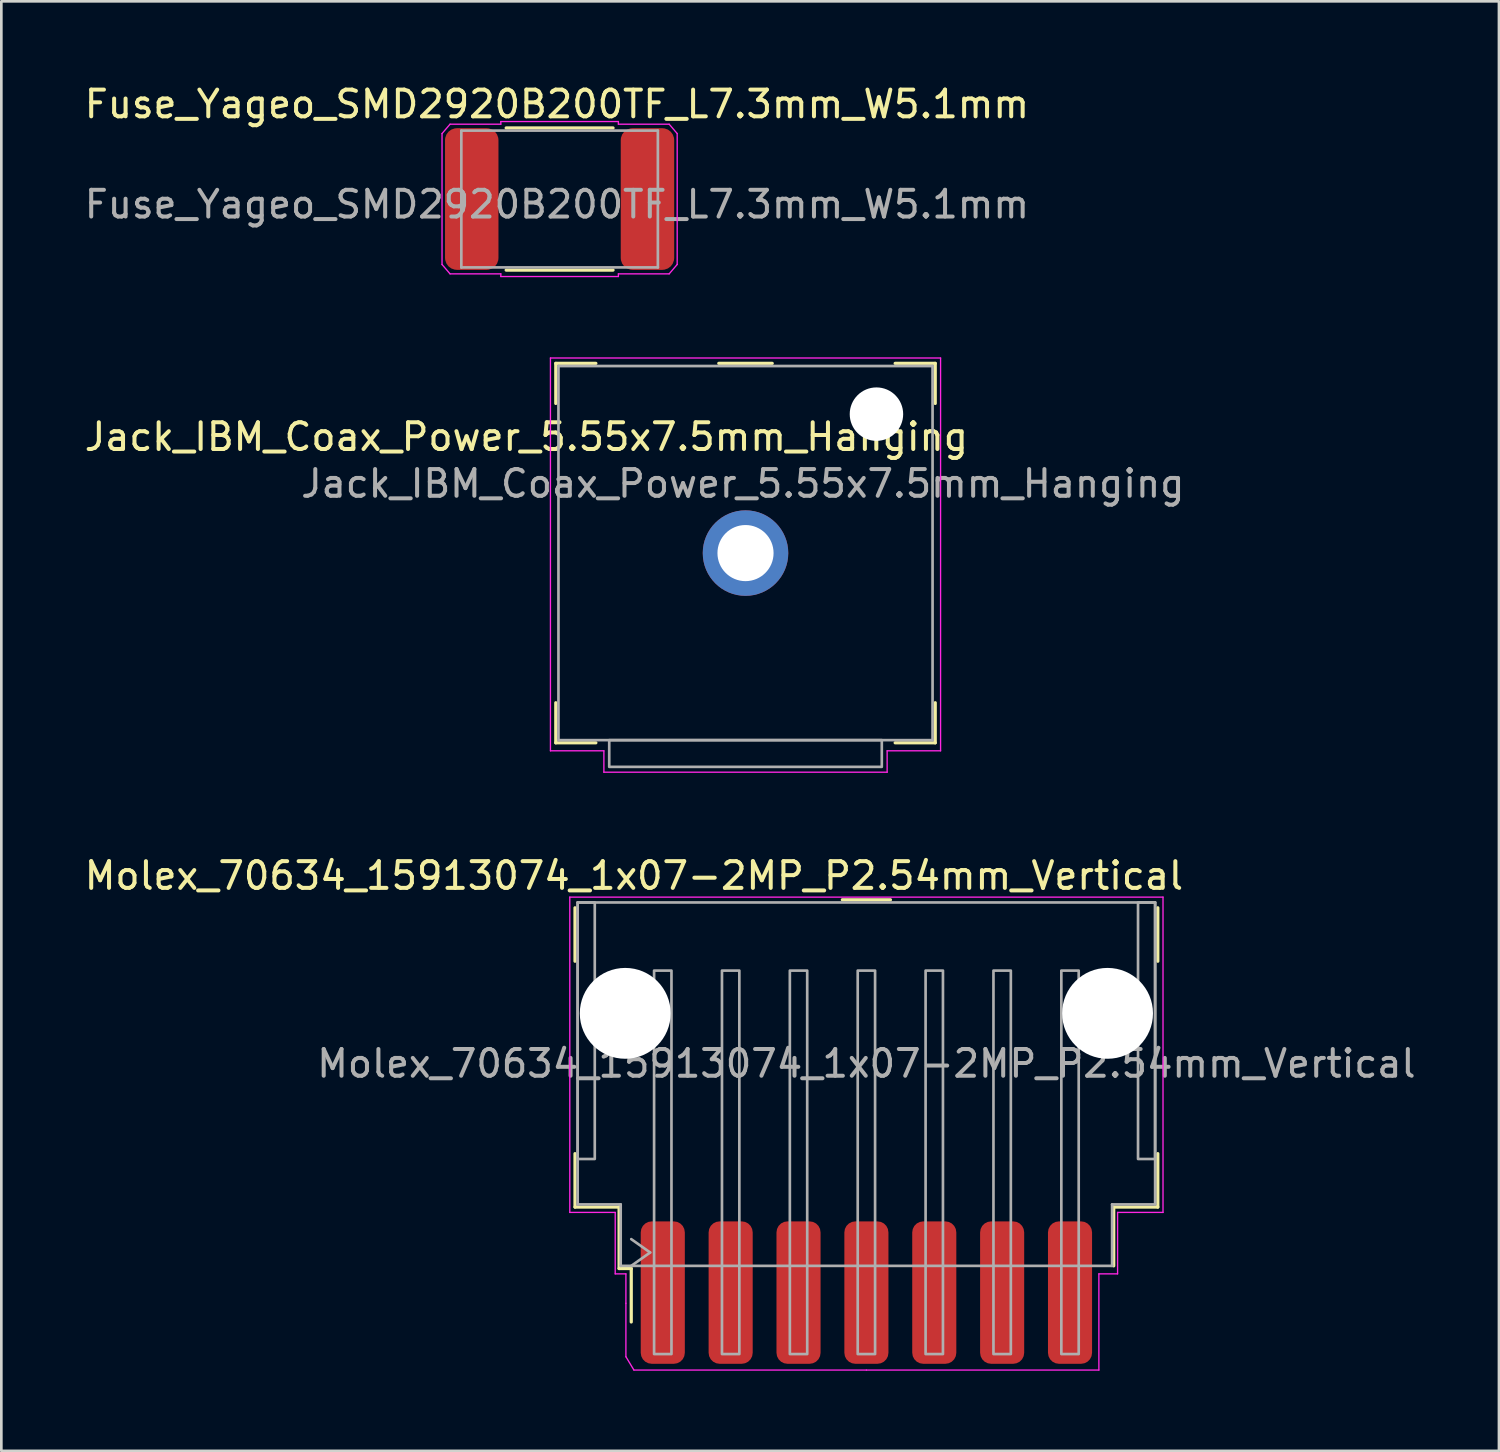
<source format=kicad_pcb>
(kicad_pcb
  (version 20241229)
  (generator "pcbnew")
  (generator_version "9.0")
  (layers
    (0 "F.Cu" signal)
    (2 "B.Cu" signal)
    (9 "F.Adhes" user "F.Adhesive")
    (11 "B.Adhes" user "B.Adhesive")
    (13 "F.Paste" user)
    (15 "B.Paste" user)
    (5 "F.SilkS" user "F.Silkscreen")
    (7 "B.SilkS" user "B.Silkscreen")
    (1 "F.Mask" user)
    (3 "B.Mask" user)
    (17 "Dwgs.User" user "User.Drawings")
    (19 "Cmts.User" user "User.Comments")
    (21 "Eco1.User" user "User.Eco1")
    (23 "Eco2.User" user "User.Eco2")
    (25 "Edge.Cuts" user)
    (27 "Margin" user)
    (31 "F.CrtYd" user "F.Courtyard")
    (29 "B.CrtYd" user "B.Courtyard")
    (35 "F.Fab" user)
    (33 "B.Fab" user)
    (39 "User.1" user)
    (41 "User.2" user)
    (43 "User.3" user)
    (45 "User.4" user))
  (footprint "Molex_70634_15913074_1x07-2MP_P2.54mm_Vertical"
    (layer "F.Cu")
    (at 29.373 37.522)
    (property "Reference" "Molex_70634_15913074_1x07-2MP_P2.54mm_Vertical" (at -8.7 -7.8 0) (layer "F.SilkS") (effects (font (size 1 1) (thickness 0.15))))
    (attr smd)
    (fp_line (start -10.905 -4.6) (end -10.905 -6.6) (stroke (width 0.12) (type solid)) (layer "F.SilkS"))
    (fp_line (start -10.905 2.6) (end -10.905 4.6) (stroke (width 0.12) (type solid)) (layer "F.SilkS"))
    (fp_line (start -10.905 4.6) (end -9.255 4.6) (stroke (width 0.12) (type solid)) (layer "F.SilkS"))
    (fp_line (start -9.255 4.6) (end -9.255 6.9) (stroke (width 0.12) (type solid)) (layer "F.SilkS"))
    (fp_line (start -8.8 6.9) (end -9.255 6.9) (stroke (width 0.12) (type solid)) (layer "F.SilkS"))
    (fp_line (start -8.8 6.9) (end -8.8 8.9) (stroke (width 0.12) (type solid)) (layer "F.SilkS"))
    (fp_line (start -0.9 -6.9) (end 0.9 -6.9) (stroke (width 0.12) (type solid)) (layer "F.SilkS"))
    (fp_line (start 9.255 4.6) (end 9.255 6.8) (stroke (width 0.12) (type solid)) (layer "F.SilkS"))
    (fp_line (start 10.905 -4.6) (end 10.905 -6.6) (stroke (width 0.12) (type solid)) (layer "F.SilkS"))
    (fp_line (start 10.905 2.6) (end 10.905 4.6) (stroke (width 0.12) (type solid)) (layer "F.SilkS"))
    (fp_line (start 10.905 4.6) (end 9.255 4.6) (stroke (width 0.12) (type solid)) (layer "F.SilkS"))
    (fp_line (start -11.1 -7) (end -11.1 4.8) (stroke (width 0.05) (type solid)) (layer "F.CrtYd"))
    (fp_line (start -11.1 4.8) (end -9.4 4.8) (stroke (width 0.05) (type solid)) (layer "F.CrtYd"))
    (fp_line (start -9.4 7.1) (end -9.4 4.8) (stroke (width 0.05) (type solid)) (layer "F.CrtYd"))
    (fp_line (start -9.4 7.1) (end -9 7.1) (stroke (width 0.05) (type solid)) (layer "F.CrtYd"))
    (fp_line (start -9 8.2) (end -9 7.1) (stroke (width 0.05) (type solid)) (layer "F.CrtYd"))
    (fp_line (start -9 10.2) (end -9 8.2) (stroke (width 0.05) (type solid)) (layer "F.CrtYd"))
    (fp_line (start -8.7 10.7) (end -9 10.2) (stroke (width 0.05) (type solid)) (layer "F.CrtYd"))
    (fp_line (start -8.7 10.7) (end 0 10.7) (stroke (width 0.05) (type solid)) (layer "F.CrtYd"))
    (fp_line (start 8.7 10.7) (end 0 10.7) (stroke (width 0.05) (type solid)) (layer "F.CrtYd"))
    (fp_line (start 8.7 10.7) (end 8.7 7.1) (stroke (width 0.05) (type solid)) (layer "F.CrtYd"))
    (fp_line (start 9.4 4.8) (end 9.4 7.1) (stroke (width 0.05) (type solid)) (layer "F.CrtYd"))
    (fp_line (start 9.4 7.1) (end 8.7 7.1) (stroke (width 0.05) (type solid)) (layer "F.CrtYd"))
    (fp_line (start 11.1 -7) (end -11.1 -7) (stroke (width 0.05) (type solid)) (layer "F.CrtYd"))
    (fp_line (start 11.1 -7) (end 11.1 4.8) (stroke (width 0.05) (type solid)) (layer "F.CrtYd"))
    (fp_line (start 11.1 4.8) (end 9.4 4.8) (stroke (width 0.05) (type solid)) (layer "F.CrtYd"))
    (fp_line (start -10.805 -6.8) (end 10.805 -6.8) (stroke (width 0.1) (type solid)) (layer "F.Fab"))
    (fp_line (start -10.805 4.5) (end -10.805 -6.8) (stroke (width 0.1) (type solid)) (layer "F.Fab"))
    (fp_line (start -9.195 4.5) (end -10.8 4.5) (stroke (width 0.1) (type solid)) (layer "F.Fab"))
    (fp_line (start -9.195 6.8) (end -9.195 4.5) (stroke (width 0.1) (type solid)) (layer "F.Fab"))
    (fp_line (start -9.195 6.8) (end 9.195 6.8) (stroke (width 0.1) (type solid)) (layer "F.Fab"))
    (fp_line (start -8.8 5.8) (end -8.093 6.3) (stroke (width 0.1) (type solid)) (layer "F.Fab"))
    (fp_line (start -8.093 6.3) (end -8.8 6.8) (stroke (width 0.1) (type solid)) (layer "F.Fab"))
    (fp_line (start 9.195 4.5) (end 10.8 4.5) (stroke (width 0.1) (type solid)) (layer "F.Fab"))
    (fp_line (start 9.195 6.8) (end 9.195 4.5) (stroke (width 0.1) (type solid)) (layer "F.Fab"))
    (fp_line (start 10.805 4.5) (end 10.805 -6.8) (stroke (width 0.1) (type solid)) (layer "F.Fab"))
    (fp_rect (start -10.805 -6.8) (end -10.165 2.8) (stroke (width 0.1) (type solid)) (fill no) (layer "F.Fab"))
    (fp_rect (start -7.945 -4.25) (end -7.295 10.1) (stroke (width 0.1) (type default)) (fill no) (layer "F.Fab"))
    (fp_rect (start -5.405 -4.25) (end -4.755 10.1) (stroke (width 0.1) (type default)) (fill no) (layer "F.Fab"))
    (fp_rect (start -2.865 -4.25) (end -2.215 10.1) (stroke (width 0.1) (type default)) (fill no) (layer "F.Fab"))
    (fp_rect (start -0.325 -4.25) (end 0.325 10.1) (stroke (width 0.1) (type default)) (fill no) (layer "F.Fab"))
    (fp_rect (start 2.215 -4.25) (end 2.865 10.1) (stroke (width 0.1) (type default)) (fill no) (layer "F.Fab"))
    (fp_rect (start 4.755 -4.25) (end 5.405 10.1) (stroke (width 0.1) (type default)) (fill no) (layer "F.Fab"))
    (fp_rect (start 7.295 -4.25) (end 7.945 10.1) (stroke (width 0.1) (type default)) (fill no) (layer "F.Fab"))
    (fp_rect (start 10.805 -6.8) (end 10.165 2.8) (stroke (width 0.1) (type solid)) (fill no) (layer "F.Fab"))
    (fp_text user "${REFERENCE}" (at 0 -0.77 0) (layer "F.Fab") (effects (font (size 1 1) (thickness 0.15))))
    (pad "" np_thru_hole circle (at -9.025 -2.65 180) (size 3.4 3.4) (drill 3.4) (layers "*.Cu" "*.Mask"))
    (pad "" np_thru_hole circle (at 9.025 -2.65 180) (size 3.4 3.4) (drill 3.4) (layers "*.Cu" "*.Mask"))
    (pad "1" smd roundrect (at -7.62 7.8 180) (size 1.65 5.33) (layers "F.Cu" "F.Mask" "F.Paste") (roundrect_rratio 0.25))
    (pad "2" smd roundrect (at -5.08 7.8 180) (size 1.65 5.33) (layers "F.Cu" "F.Mask" "F.Paste") (roundrect_rratio 0.25))
    (pad "3" smd roundrect (at -2.54 7.8 180) (size 1.65 5.33) (layers "F.Cu" "F.Mask" "F.Paste") (roundrect_rratio 0.25))
    (pad "4" smd roundrect (at 0 7.8 180) (size 1.65 5.33) (layers "F.Cu" "F.Mask" "F.Paste") (roundrect_rratio 0.25))
    (pad "5" smd roundrect (at 2.54 7.8 180) (size 1.65 5.33) (layers "F.Cu" "F.Mask" "F.Paste") (roundrect_rratio 0.25))
    (pad "6" smd roundrect (at 5.08 7.8 180) (size 1.65 5.33) (layers "F.Cu" "F.Mask" "F.Paste") (roundrect_rratio 0.25))
    (pad "7" smd roundrect (at 7.62 7.8 180) (size 1.65 5.33) (layers "F.Cu" "F.Mask" "F.Paste") (roundrect_rratio 0.25)))
  (footprint "Fuse_Yageo_SMD2920B200TF_L7.3mm_W5.1mm"
    (layer "F.Cu")
    (at 17.792 4.398)
    (property "Reference" "Fuse_Yageo_SMD2920B200TF_L7.3mm_W5.1mm" (at 0 -3.55 0) (layer "F.SilkS") (effects (font (size 1 1) (thickness 0.15))))
    (attr smd)
    (fp_line (start -1.9 -2.66) (end 2.1 -2.66) (stroke (width 0.12) (type solid)) (layer "F.SilkS"))
    (fp_line (start -1.9 2.66) (end 2.1 2.66) (stroke (width 0.12) (type solid)) (layer "F.SilkS"))
    (fp_line (start -1.8 -1.7) (end -1.8 -1.1) (stroke (width 0.1) (type solid)) (layer "Eco1.User"))
    (fp_line (start -1.8 -1.1) (end -1.55 -1.1) (stroke (width 0.1) (type solid)) (layer "Eco1.User"))
    (fp_line (start -1.6 -1.1) (end -1.6 -1.7) (stroke (width 0.1) (type solid)) (layer "Eco1.User"))
    (fp_line (start -1.573 -1.4) (end -1.458 -1.4) (stroke (width 0.15) (type solid)) (layer "Eco1.User"))
    (fp_line (start -1.55 -1.7) (end -1.8 -1.7) (stroke (width 0.1) (type solid)) (layer "Eco1.User"))
    (fp_line (start -1.5 -1.7) (end -1.55 -1.7) (stroke (width 0.1) (type solid)) (layer "Eco1.User"))
    (fp_line (start -1.5 -1.1) (end -1.55 -1.1) (stroke (width 0.1) (type solid)) (layer "Eco1.User"))
    (fp_line (start 1.65 1.157) (end 1.7 1.157) (stroke (width 0.1) (type solid)) (layer "Eco1.User"))
    (fp_line (start 1.65 1.758) (end 1.7 1.758) (stroke (width 0.1) (type solid)) (layer "Eco1.User"))
    (fp_line (start 1.7 1.758) (end 1.95 1.758) (stroke (width 0.1) (type solid)) (layer "Eco1.User"))
    (fp_line (start 1.722 1.458) (end 1.608 1.458) (stroke (width 0.15) (type solid)) (layer "Eco1.User"))
    (fp_line (start 1.75 1.157) (end 1.75 1.758) (stroke (width 0.1) (type solid)) (layer "Eco1.User"))
    (fp_line (start 1.95 1.157) (end 1.7 1.157) (stroke (width 0.1) (type solid)) (layer "Eco1.User"))
    (fp_line (start 1.95 1.758) (end 1.95 1.157) (stroke (width 0.1) (type solid)) (layer "Eco1.User"))
    (fp_arc (start -1.575 -1.575) (mid -1.545711 -1.645711) (end -1.475 -1.675) (stroke (width 0.05) (type solid)) (layer "Eco1.User"))
    (fp_arc (start -1.491421 -1.7) (mid -1.35 -1.558579) (end -1.491421 -1.417158) (stroke (width 0.1) (type solid)) (layer "Eco1.User"))
    (fp_arc (start -1.491421 -1.383921) (mid -1.35 -1.2425) (end -1.491421 -1.101079) (stroke (width 0.1) (type solid)) (layer "Eco1.User"))
    (fp_arc (start -1.475 -1.13) (mid -1.545711 -1.159289) (end -1.575 -1.23) (stroke (width 0.05) (type solid)) (layer "Eco1.User"))
    (fp_arc (start 1.625 1.1875) (mid 1.695711 1.216789) (end 1.725 1.2875) (stroke (width 0.05) (type solid)) (layer "Eco1.User"))
    (fp_arc (start 1.641421 1.441421) (mid 1.499999 1.3) (end 1.641421 1.158579) (stroke (width 0.1) (type solid)) (layer "Eco1.User"))
    (fp_arc (start 1.641421 1.7575) (mid 1.5 1.61608) (end 1.641421 1.474658) (stroke (width 0.1) (type solid)) (layer "Eco1.User"))
    (fp_arc (start 1.725 1.6325) (mid 1.695711 1.703211) (end 1.625 1.7325) (stroke (width 0.05) (type solid)) (layer "Eco1.User"))
    (fp_line (start -4.3 -2.45) (end -4 -2.8) (stroke (width 0.05) (type solid)) (layer "F.CrtYd"))
    (fp_line (start -4.3 2.45) (end -4.3 -2.45) (stroke (width 0.05) (type solid)) (layer "F.CrtYd"))
    (fp_line (start -4.3 2.45) (end -4 2.8) (stroke (width 0.05) (type solid)) (layer "F.CrtYd"))
    (fp_line (start -4 -2.8) (end -2.1 -2.8) (stroke (width 0.05) (type solid)) (layer "F.CrtYd"))
    (fp_line (start -2.1 -2.9) (end -2.1 -2.8) (stroke (width 0.05) (type solid)) (layer "F.CrtYd"))
    (fp_line (start -2.1 -2.9) (end 2.3 -2.9) (stroke (width 0.05) (type solid)) (layer "F.CrtYd"))
    (fp_line (start -2.1 2.8) (end -4 2.8) (stroke (width 0.05) (type solid)) (layer "F.CrtYd"))
    (fp_line (start -2.1 2.9) (end -2.1 2.8) (stroke (width 0.05) (type solid)) (layer "F.CrtYd"))
    (fp_line (start 2.3 -2.9) (end 2.3 -2.8) (stroke (width 0.05) (type solid)) (layer "F.CrtYd"))
    (fp_line (start 2.3 -2.8) (end 4.2 -2.8) (stroke (width 0.05) (type solid)) (layer "F.CrtYd"))
    (fp_line (start 2.3 2.9) (end -2.1 2.9) (stroke (width 0.05) (type solid)) (layer "F.CrtYd"))
    (fp_line (start 2.3 2.9) (end 2.3 2.8) (stroke (width 0.05) (type solid)) (layer "F.CrtYd"))
    (fp_line (start 4.2 2.8) (end 2.3 2.8) (stroke (width 0.05) (type solid)) (layer "F.CrtYd"))
    (fp_line (start 4.5 -2.45) (end 4.2 -2.8) (stroke (width 0.05) (type solid)) (layer "F.CrtYd"))
    (fp_line (start 4.5 -2.45) (end 4.5 2.45) (stroke (width 0.05) (type solid)) (layer "F.CrtYd"))
    (fp_line (start 4.5 2.45) (end 4.2 2.8) (stroke (width 0.05) (type solid)) (layer "F.CrtYd"))
    (fp_line (start -3.578 -2.56) (end 3.777 -2.56) (stroke (width 0.1) (type solid)) (layer "F.Fab"))
    (fp_line (start -3.578 2.56) (end -3.578 -2.56) (stroke (width 0.1) (type solid)) (layer "F.Fab"))
    (fp_line (start 3.777 -2.56) (end 3.777 2.56) (stroke (width 0.1) (type solid)) (layer "F.Fab"))
    (fp_line (start 3.777 2.56) (end -3.578 2.56) (stroke (width 0.1) (type solid)) (layer "F.Fab"))
    (fp_text user "${REFERENCE}" (at 0 0.2 0) (layer "F.Fab") (effects (font (size 1 1) (thickness 0.15))))
    (pad "1" smd roundrect (at -3.188 0) (size 2 5.3) (layers "F.Cu" "F.Mask" "F.Paste") (roundrect_rratio 0.222))
    (pad "2" smd roundrect (at 3.388 0) (size 2 5.3) (layers "F.Cu" "F.Mask" "F.Paste") (roundrect_rratio 0.222)))
  (footprint "Jack_IBM_Coax_Power_5.55x7.5mm_Hanging"
    (layer "F.Cu")
    (at 24.849 17.648)
    (property "Reference" "Jack_IBM_Coax_Power_5.55x7.5mm_Hanging" (at -8.2 -4.35 0) (layer "F.SilkS") (effects (font (size 1 1) (thickness 0.15))))
    (attr through_hole)
    (fp_line (start -7.1 -7.1) (end -7.1 -5.6) (stroke (width 0.12) (type solid)) (layer "F.SilkS"))
    (fp_line (start -7.1 -7.1) (end -5.6 -7.1) (stroke (width 0.12) (type solid)) (layer "F.SilkS"))
    (fp_line (start -7.1 7.1) (end -7.1 5.6) (stroke (width 0.12) (type solid)) (layer "F.SilkS"))
    (fp_line (start -7.1 7.1) (end -5.6 7.1) (stroke (width 0.12) (type solid)) (layer "F.SilkS"))
    (fp_line (start 1 -7.1) (end -1 -7.1) (stroke (width 0.12) (type solid)) (layer "F.SilkS"))
    (fp_line (start 7.1 -7.1) (end 5.6 -7.1) (stroke (width 0.12) (type solid)) (layer "F.SilkS"))
    (fp_line (start 7.1 -7.1) (end 7.1 -5.6) (stroke (width 0.12) (type solid)) (layer "F.SilkS"))
    (fp_line (start 7.1 7.1) (end 5.6 7.1) (stroke (width 0.12) (type solid)) (layer "F.SilkS"))
    (fp_line (start 7.1 7.1) (end 7.1 5.6) (stroke (width 0.12) (type solid)) (layer "F.SilkS"))
    (fp_line (start -7.3 7.4) (end -7.3 -7.3) (stroke (width 0.05) (type solid)) (layer "F.CrtYd"))
    (fp_line (start -5.3 7.4) (end -7.3 7.4) (stroke (width 0.05) (type solid)) (layer "F.CrtYd"))
    (fp_line (start -5.3 7.4) (end -5.3 8.2) (stroke (width 0.05) (type solid)) (layer "F.CrtYd"))
    (fp_line (start 5.3 7.4) (end 5.3 8.2) (stroke (width 0.05) (type solid)) (layer "F.CrtYd"))
    (fp_line (start 5.3 8.2) (end -5.3 8.2) (stroke (width 0.05) (type solid)) (layer "F.CrtYd"))
    (fp_line (start 7.3 -7.3) (end -7.3 -7.3) (stroke (width 0.05) (type solid)) (layer "F.CrtYd"))
    (fp_line (start 7.3 7.4) (end 5.3 7.4) (stroke (width 0.05) (type solid)) (layer "F.CrtYd"))
    (fp_line (start 7.3 7.4) (end 7.3 -7.3) (stroke (width 0.05) (type solid)) (layer "F.CrtYd"))
    (fp_line (start -7 7) (end -7 -7) (stroke (width 0.1) (type solid)) (layer "F.Fab"))
    (fp_line (start 7 -7) (end -7 -7) (stroke (width 0.1) (type solid)) (layer "F.Fab"))
    (fp_line (start 7 7) (end -7 7) (stroke (width 0.1) (type solid)) (layer "F.Fab"))
    (fp_line (start 7 7) (end 7 -7) (stroke (width 0.1) (type solid)) (layer "F.Fab"))
    (fp_rect (start -5.1 7) (end 5.1 8) (stroke (width 0.1) (type default)) (fill no) (layer "F.Fab"))
    (fp_text user "${REFERENCE}" (at -0.1 -2.6 0) (layer "F.Fab") (effects (font (size 1 1) (thickness 0.15))))
    (pad "" np_thru_hole circle (at 4.9 -5.2) (size 2 2) (drill 2) (layers "*.Cu" "*.Mask"))
    (pad "MP" thru_hole circle (at 0 0) (size 3.2 3.2) (drill 2.1) (layers "*.Cu" "*.Mask")))
  (gr_rect
    (start -3 -3)
    (end 53.045 51.246)
    (stroke (width 0.1) (type default))
    (fill no)
    (layer "Edge.Cuts")))
</source>
